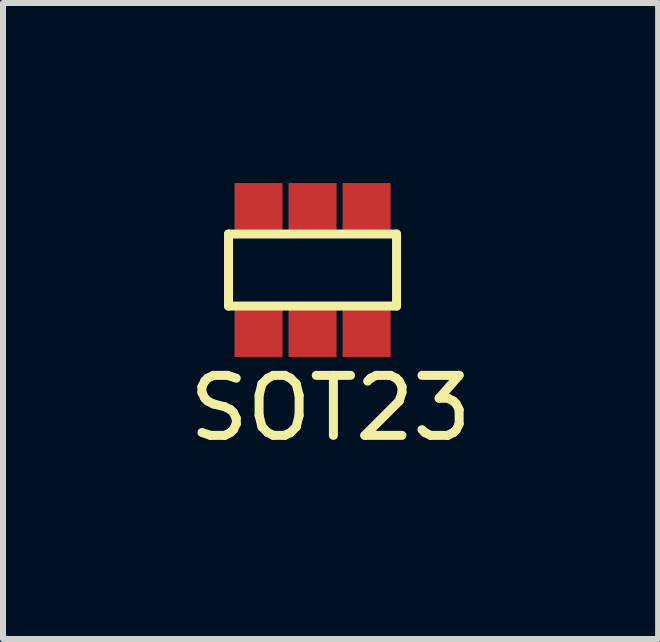
<source format=kicad_pcb>
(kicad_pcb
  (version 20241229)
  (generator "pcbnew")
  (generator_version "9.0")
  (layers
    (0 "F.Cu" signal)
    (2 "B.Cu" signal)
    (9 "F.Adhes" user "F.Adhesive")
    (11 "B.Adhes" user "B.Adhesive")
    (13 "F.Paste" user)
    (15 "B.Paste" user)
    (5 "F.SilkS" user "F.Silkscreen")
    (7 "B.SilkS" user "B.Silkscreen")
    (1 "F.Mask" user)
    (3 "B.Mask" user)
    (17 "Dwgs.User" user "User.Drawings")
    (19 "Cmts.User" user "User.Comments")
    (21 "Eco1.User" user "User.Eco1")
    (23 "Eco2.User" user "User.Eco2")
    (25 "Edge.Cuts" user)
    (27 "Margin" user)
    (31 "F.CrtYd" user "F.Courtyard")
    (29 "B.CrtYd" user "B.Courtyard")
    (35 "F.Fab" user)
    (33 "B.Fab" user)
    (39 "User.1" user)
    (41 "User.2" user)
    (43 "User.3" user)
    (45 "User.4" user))
  (footprint "SOT23"
    (layer "F.Cu")
    (at 2.158 1.35)
    (property "Reference" "SOT23" (at 0.3 2.4 0) (layer "F.SilkS") (effects (font (size 1 1) (thickness 0.15))))
    (attr through_hole)
    (fp_line (start -1.4 -0.5) (end 1.4 -0.5) (stroke (width 0.15) (type solid)) (layer "F.SilkS"))
    (fp_line (start -1.4 0.7) (end -1.4 -0.5) (stroke (width 0.15) (type solid)) (layer "F.SilkS"))
    (fp_line (start 1.4 -0.5) (end 1.4 0.7) (stroke (width 0.15) (type solid)) (layer "F.SilkS"))
    (fp_line (start 1.4 0.7) (end -1.4 0.7) (stroke (width 0.15) (type solid)) (layer "F.SilkS"))
    (pad "1" smd rect (at -0.9 1.1) (size 0.8 0.9) (layers "F.Cu" "F.Mask" "F.Paste"))
    (pad "2" smd rect (at 0 1.1) (size 0.8 0.9) (layers "F.Cu" "F.Mask" "F.Paste"))
    (pad "3" smd rect (at 0.9 1.1) (size 0.8 0.9) (layers "F.Cu" "F.Mask" "F.Paste"))
    (pad "4" smd rect (at 0.9 -0.9) (size 0.8 0.9) (layers "F.Cu" "F.Mask" "F.Paste"))
    (pad "5" smd rect (at 0 -0.9) (size 0.8 0.9) (layers "F.Cu" "F.Mask" "F.Paste"))
    (pad "6" smd rect (at -0.9 -0.9) (size 0.8 0.9) (layers "F.Cu" "F.Mask" "F.Paste")))
  (gr_rect
    (start -3 -3)
    (end 7.917 7.598)
    (stroke (width 0.1) (type default))
    (fill no)
    (layer "Edge.Cuts")))
</source>
